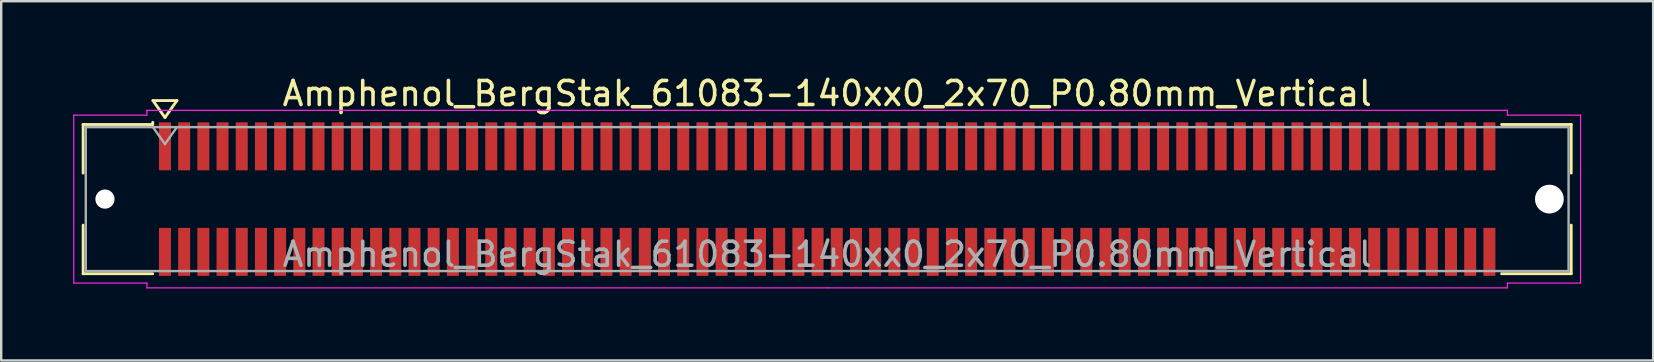
<source format=kicad_pcb>
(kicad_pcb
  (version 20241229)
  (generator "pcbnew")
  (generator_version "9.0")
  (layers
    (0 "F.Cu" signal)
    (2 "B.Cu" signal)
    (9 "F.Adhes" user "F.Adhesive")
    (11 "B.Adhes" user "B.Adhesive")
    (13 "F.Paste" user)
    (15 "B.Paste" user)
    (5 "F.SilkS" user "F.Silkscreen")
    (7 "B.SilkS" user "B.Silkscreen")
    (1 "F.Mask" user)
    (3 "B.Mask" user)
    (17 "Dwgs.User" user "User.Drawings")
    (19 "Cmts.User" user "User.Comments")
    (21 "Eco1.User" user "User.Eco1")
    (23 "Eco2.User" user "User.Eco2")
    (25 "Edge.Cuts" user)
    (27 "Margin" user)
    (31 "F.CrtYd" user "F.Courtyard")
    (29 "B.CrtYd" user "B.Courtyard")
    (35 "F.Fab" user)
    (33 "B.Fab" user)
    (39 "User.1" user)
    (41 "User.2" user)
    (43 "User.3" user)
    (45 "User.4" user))
  (footprint "Amphenol_BergStak_61083-140xx0_2x70_P0.80mm_Vertical"
    (layer "F.Cu")
    (at 31.425 5.248)
    (property "Reference" "Amphenol_BergStak_61083-140xx0_2x70_P0.80mm_Vertical" (at 0 -4.4 0) (layer "F.SilkS") (effects (font (size 1 1) (thickness 0.15))))
    (attr smd)
    (fp_line (start -31.01 -3.11) (end -28.11 -3.11) (stroke (width 0.12) (type solid)) (layer "F.SilkS"))
    (fp_line (start -31.01 -1.085) (end -31.01 -3.11) (stroke (width 0.12) (type solid)) (layer "F.SilkS"))
    (fp_line (start -31.01 1.085) (end -31.01 3.11) (stroke (width 0.12) (type solid)) (layer "F.SilkS"))
    (fp_line (start -31.01 3.11) (end -28.11 3.11) (stroke (width 0.12) (type solid)) (layer "F.SilkS"))
    (fp_line (start -28.11 -3.11) (end -28.11 -3.2) (stroke (width 0.12) (type solid)) (layer "F.SilkS"))
    (fp_line (start -28.1 -4.107) (end -27.6 -3.4) (stroke (width 0.12) (type solid)) (layer "F.SilkS"))
    (fp_line (start -27.6 -3.4) (end -27.1 -4.107) (stroke (width 0.12) (type solid)) (layer "F.SilkS"))
    (fp_line (start -27.1 -4.107) (end -28.1 -4.107) (stroke (width 0.12) (type solid)) (layer "F.SilkS"))
    (fp_line (start 31.01 -3.11) (end 28.11 -3.11) (stroke (width 0.12) (type solid)) (layer "F.SilkS"))
    (fp_line (start 31.01 -1.085) (end 31.01 -3.11) (stroke (width 0.12) (type solid)) (layer "F.SilkS"))
    (fp_line (start 31.01 1.085) (end 31.01 3.11) (stroke (width 0.12) (type solid)) (layer "F.SilkS"))
    (fp_line (start 31.01 3.11) (end 28.11 3.11) (stroke (width 0.12) (type solid)) (layer "F.SilkS"))
    (fp_line (start -31.4 -3.5) (end -31.4 3.5) (stroke (width 0.05) (type solid)) (layer "F.CrtYd"))
    (fp_line (start -31.4 3.5) (end -28.35 3.5) (stroke (width 0.05) (type solid)) (layer "F.CrtYd"))
    (fp_line (start -28.35 -3.7) (end -28.35 -3.5) (stroke (width 0.05) (type solid)) (layer "F.CrtYd"))
    (fp_line (start -28.35 -3.5) (end -31.4 -3.5) (stroke (width 0.05) (type solid)) (layer "F.CrtYd"))
    (fp_line (start -28.35 3.5) (end -28.35 3.7) (stroke (width 0.05) (type solid)) (layer "F.CrtYd"))
    (fp_line (start -28.35 3.7) (end 0 3.7) (stroke (width 0.05) (type solid)) (layer "F.CrtYd"))
    (fp_line (start 0 -3.7) (end -28.35 -3.7) (stroke (width 0.05) (type solid)) (layer "F.CrtYd"))
    (fp_line (start 0 -3.7) (end 28.35 -3.7) (stroke (width 0.05) (type solid)) (layer "F.CrtYd"))
    (fp_line (start 28.35 -3.7) (end 28.35 -3.5) (stroke (width 0.05) (type solid)) (layer "F.CrtYd"))
    (fp_line (start 28.35 -3.5) (end 31.4 -3.5) (stroke (width 0.05) (type solid)) (layer "F.CrtYd"))
    (fp_line (start 28.35 3.5) (end 28.35 3.7) (stroke (width 0.05) (type solid)) (layer "F.CrtYd"))
    (fp_line (start 28.35 3.7) (end 0 3.7) (stroke (width 0.05) (type solid)) (layer "F.CrtYd"))
    (fp_line (start 31.4 -3.5) (end 31.4 3.5) (stroke (width 0.05) (type solid)) (layer "F.CrtYd"))
    (fp_line (start 31.4 3.5) (end 28.35 3.5) (stroke (width 0.05) (type solid)) (layer "F.CrtYd"))
    (fp_line (start -30.9 -3) (end -30.9 3) (stroke (width 0.1) (type solid)) (layer "F.Fab"))
    (fp_line (start -30.9 3) (end 30.9 3) (stroke (width 0.1) (type solid)) (layer "F.Fab"))
    (fp_line (start -28.1 -3) (end -27.6 -2.293) (stroke (width 0.1) (type solid)) (layer "F.Fab"))
    (fp_line (start -27.6 -2.293) (end -27.1 -3) (stroke (width 0.1) (type solid)) (layer "F.Fab"))
    (fp_line (start 30.9 -3) (end -30.9 -3) (stroke (width 0.1) (type solid)) (layer "F.Fab"))
    (fp_line (start 30.9 3) (end 30.9 -3) (stroke (width 0.1) (type solid)) (layer "F.Fab"))
    (fp_text user "${REFERENCE}" (at 0 2.3 0) (layer "F.Fab") (effects (font (size 1 1) (thickness 0.15))))
    (pad "" np_thru_hole circle (at -30.1 0) (size 0.8 0.8) (drill 0.8) (layers "*.Cu" "*.Mask"))
    (pad "" np_thru_hole circle (at 30.1 0) (size 1.2 1.2) (drill 1.2) (layers "*.Cu" "*.Mask"))
    (pad "1" smd rect (at -27.6 -2.2) (size 0.5 2) (layers "F.Cu" "F.Mask" "F.Paste"))
    (pad "2" smd rect (at -27.6 2.2) (size 0.5 2) (layers "F.Cu" "F.Mask" "F.Paste"))
    (pad "3" smd rect (at -26.8 -2.2) (size 0.5 2) (layers "F.Cu" "F.Mask" "F.Paste"))
    (pad "4" smd rect (at -26.8 2.2) (size 0.5 2) (layers "F.Cu" "F.Mask" "F.Paste"))
    (pad "5" smd rect (at -26 -2.2) (size 0.5 2) (layers "F.Cu" "F.Mask" "F.Paste"))
    (pad "6" smd rect (at -26 2.2) (size 0.5 2) (layers "F.Cu" "F.Mask" "F.Paste"))
    (pad "7" smd rect (at -25.2 -2.2) (size 0.5 2) (layers "F.Cu" "F.Mask" "F.Paste"))
    (pad "8" smd rect (at -25.2 2.2) (size 0.5 2) (layers "F.Cu" "F.Mask" "F.Paste"))
    (pad "9" smd rect (at -24.4 -2.2) (size 0.5 2) (layers "F.Cu" "F.Mask" "F.Paste"))
    (pad "10" smd rect (at -24.4 2.2) (size 0.5 2) (layers "F.Cu" "F.Mask" "F.Paste"))
    (pad "11" smd rect (at -23.6 -2.2) (size 0.5 2) (layers "F.Cu" "F.Mask" "F.Paste"))
    (pad "12" smd rect (at -23.6 2.2) (size 0.5 2) (layers "F.Cu" "F.Mask" "F.Paste"))
    (pad "13" smd rect (at -22.8 -2.2) (size 0.5 2) (layers "F.Cu" "F.Mask" "F.Paste"))
    (pad "14" smd rect (at -22.8 2.2) (size 0.5 2) (layers "F.Cu" "F.Mask" "F.Paste"))
    (pad "15" smd rect (at -22 -2.2) (size 0.5 2) (layers "F.Cu" "F.Mask" "F.Paste"))
    (pad "16" smd rect (at -22 2.2) (size 0.5 2) (layers "F.Cu" "F.Mask" "F.Paste"))
    (pad "17" smd rect (at -21.2 -2.2) (size 0.5 2) (layers "F.Cu" "F.Mask" "F.Paste"))
    (pad "18" smd rect (at -21.2 2.2) (size 0.5 2) (layers "F.Cu" "F.Mask" "F.Paste"))
    (pad "19" smd rect (at -20.4 -2.2) (size 0.5 2) (layers "F.Cu" "F.Mask" "F.Paste"))
    (pad "20" smd rect (at -20.4 2.2) (size 0.5 2) (layers "F.Cu" "F.Mask" "F.Paste"))
    (pad "21" smd rect (at -19.6 -2.2) (size 0.5 2) (layers "F.Cu" "F.Mask" "F.Paste"))
    (pad "22" smd rect (at -19.6 2.2) (size 0.5 2) (layers "F.Cu" "F.Mask" "F.Paste"))
    (pad "23" smd rect (at -18.8 -2.2) (size 0.5 2) (layers "F.Cu" "F.Mask" "F.Paste"))
    (pad "24" smd rect (at -18.8 2.2) (size 0.5 2) (layers "F.Cu" "F.Mask" "F.Paste"))
    (pad "25" smd rect (at -18 -2.2) (size 0.5 2) (layers "F.Cu" "F.Mask" "F.Paste"))
    (pad "26" smd rect (at -18 2.2) (size 0.5 2) (layers "F.Cu" "F.Mask" "F.Paste"))
    (pad "27" smd rect (at -17.2 -2.2) (size 0.5 2) (layers "F.Cu" "F.Mask" "F.Paste"))
    (pad "28" smd rect (at -17.2 2.2) (size 0.5 2) (layers "F.Cu" "F.Mask" "F.Paste"))
    (pad "29" smd rect (at -16.4 -2.2) (size 0.5 2) (layers "F.Cu" "F.Mask" "F.Paste"))
    (pad "30" smd rect (at -16.4 2.2) (size 0.5 2) (layers "F.Cu" "F.Mask" "F.Paste"))
    (pad "31" smd rect (at -15.6 -2.2) (size 0.5 2) (layers "F.Cu" "F.Mask" "F.Paste"))
    (pad "32" smd rect (at -15.6 2.2) (size 0.5 2) (layers "F.Cu" "F.Mask" "F.Paste"))
    (pad "33" smd rect (at -14.8 -2.2) (size 0.5 2) (layers "F.Cu" "F.Mask" "F.Paste"))
    (pad "34" smd rect (at -14.8 2.2) (size 0.5 2) (layers "F.Cu" "F.Mask" "F.Paste"))
    (pad "35" smd rect (at -14 -2.2) (size 0.5 2) (layers "F.Cu" "F.Mask" "F.Paste"))
    (pad "36" smd rect (at -14 2.2) (size 0.5 2) (layers "F.Cu" "F.Mask" "F.Paste"))
    (pad "37" smd rect (at -13.2 -2.2) (size 0.5 2) (layers "F.Cu" "F.Mask" "F.Paste"))
    (pad "38" smd rect (at -13.2 2.2) (size 0.5 2) (layers "F.Cu" "F.Mask" "F.Paste"))
    (pad "39" smd rect (at -12.4 -2.2) (size 0.5 2) (layers "F.Cu" "F.Mask" "F.Paste"))
    (pad "40" smd rect (at -12.4 2.2) (size 0.5 2) (layers "F.Cu" "F.Mask" "F.Paste"))
    (pad "41" smd rect (at -11.6 -2.2) (size 0.5 2) (layers "F.Cu" "F.Mask" "F.Paste"))
    (pad "42" smd rect (at -11.6 2.2) (size 0.5 2) (layers "F.Cu" "F.Mask" "F.Paste"))
    (pad "43" smd rect (at -10.8 -2.2) (size 0.5 2) (layers "F.Cu" "F.Mask" "F.Paste"))
    (pad "44" smd rect (at -10.8 2.2) (size 0.5 2) (layers "F.Cu" "F.Mask" "F.Paste"))
    (pad "45" smd rect (at -10 -2.2) (size 0.5 2) (layers "F.Cu" "F.Mask" "F.Paste"))
    (pad "46" smd rect (at -10 2.2) (size 0.5 2) (layers "F.Cu" "F.Mask" "F.Paste"))
    (pad "47" smd rect (at -9.2 -2.2) (size 0.5 2) (layers "F.Cu" "F.Mask" "F.Paste"))
    (pad "48" smd rect (at -9.2 2.2) (size 0.5 2) (layers "F.Cu" "F.Mask" "F.Paste"))
    (pad "49" smd rect (at -8.4 -2.2) (size 0.5 2) (layers "F.Cu" "F.Mask" "F.Paste"))
    (pad "50" smd rect (at -8.4 2.2) (size 0.5 2) (layers "F.Cu" "F.Mask" "F.Paste"))
    (pad "51" smd rect (at -7.6 -2.2) (size 0.5 2) (layers "F.Cu" "F.Mask" "F.Paste"))
    (pad "52" smd rect (at -7.6 2.2) (size 0.5 2) (layers "F.Cu" "F.Mask" "F.Paste"))
    (pad "53" smd rect (at -6.8 -2.2) (size 0.5 2) (layers "F.Cu" "F.Mask" "F.Paste"))
    (pad "54" smd rect (at -6.8 2.2) (size 0.5 2) (layers "F.Cu" "F.Mask" "F.Paste"))
    (pad "55" smd rect (at -6 -2.2) (size 0.5 2) (layers "F.Cu" "F.Mask" "F.Paste"))
    (pad "56" smd rect (at -6 2.2) (size 0.5 2) (layers "F.Cu" "F.Mask" "F.Paste"))
    (pad "57" smd rect (at -5.2 -2.2) (size 0.5 2) (layers "F.Cu" "F.Mask" "F.Paste"))
    (pad "58" smd rect (at -5.2 2.2) (size 0.5 2) (layers "F.Cu" "F.Mask" "F.Paste"))
    (pad "59" smd rect (at -4.4 -2.2) (size 0.5 2) (layers "F.Cu" "F.Mask" "F.Paste"))
    (pad "60" smd rect (at -4.4 2.2) (size 0.5 2) (layers "F.Cu" "F.Mask" "F.Paste"))
    (pad "61" smd rect (at -3.6 -2.2) (size 0.5 2) (layers "F.Cu" "F.Mask" "F.Paste"))
    (pad "62" smd rect (at -3.6 2.2) (size 0.5 2) (layers "F.Cu" "F.Mask" "F.Paste"))
    (pad "63" smd rect (at -2.8 -2.2) (size 0.5 2) (layers "F.Cu" "F.Mask" "F.Paste"))
    (pad "64" smd rect (at -2.8 2.2) (size 0.5 2) (layers "F.Cu" "F.Mask" "F.Paste"))
    (pad "65" smd rect (at -2 -2.2) (size 0.5 2) (layers "F.Cu" "F.Mask" "F.Paste"))
    (pad "66" smd rect (at -2 2.2) (size 0.5 2) (layers "F.Cu" "F.Mask" "F.Paste"))
    (pad "67" smd rect (at -1.2 -2.2) (size 0.5 2) (layers "F.Cu" "F.Mask" "F.Paste"))
    (pad "68" smd rect (at -1.2 2.2) (size 0.5 2) (layers "F.Cu" "F.Mask" "F.Paste"))
    (pad "69" smd rect (at -0.4 -2.2) (size 0.5 2) (layers "F.Cu" "F.Mask" "F.Paste"))
    (pad "70" smd rect (at -0.4 2.2) (size 0.5 2) (layers "F.Cu" "F.Mask" "F.Paste"))
    (pad "71" smd rect (at 0.4 -2.2) (size 0.5 2) (layers "F.Cu" "F.Mask" "F.Paste"))
    (pad "72" smd rect (at 0.4 2.2) (size 0.5 2) (layers "F.Cu" "F.Mask" "F.Paste"))
    (pad "73" smd rect (at 1.2 -2.2) (size 0.5 2) (layers "F.Cu" "F.Mask" "F.Paste"))
    (pad "74" smd rect (at 1.2 2.2) (size 0.5 2) (layers "F.Cu" "F.Mask" "F.Paste"))
    (pad "75" smd rect (at 2 -2.2) (size 0.5 2) (layers "F.Cu" "F.Mask" "F.Paste"))
    (pad "76" smd rect (at 2 2.2) (size 0.5 2) (layers "F.Cu" "F.Mask" "F.Paste"))
    (pad "77" smd rect (at 2.8 -2.2) (size 0.5 2) (layers "F.Cu" "F.Mask" "F.Paste"))
    (pad "78" smd rect (at 2.8 2.2) (size 0.5 2) (layers "F.Cu" "F.Mask" "F.Paste"))
    (pad "79" smd rect (at 3.6 -2.2) (size 0.5 2) (layers "F.Cu" "F.Mask" "F.Paste"))
    (pad "80" smd rect (at 3.6 2.2) (size 0.5 2) (layers "F.Cu" "F.Mask" "F.Paste"))
    (pad "81" smd rect (at 4.4 -2.2) (size 0.5 2) (layers "F.Cu" "F.Mask" "F.Paste"))
    (pad "82" smd rect (at 4.4 2.2) (size 0.5 2) (layers "F.Cu" "F.Mask" "F.Paste"))
    (pad "83" smd rect (at 5.2 -2.2) (size 0.5 2) (layers "F.Cu" "F.Mask" "F.Paste"))
    (pad "84" smd rect (at 5.2 2.2) (size 0.5 2) (layers "F.Cu" "F.Mask" "F.Paste"))
    (pad "85" smd rect (at 6 -2.2) (size 0.5 2) (layers "F.Cu" "F.Mask" "F.Paste"))
    (pad "86" smd rect (at 6 2.2) (size 0.5 2) (layers "F.Cu" "F.Mask" "F.Paste"))
    (pad "87" smd rect (at 6.8 -2.2) (size 0.5 2) (layers "F.Cu" "F.Mask" "F.Paste"))
    (pad "88" smd rect (at 6.8 2.2) (size 0.5 2) (layers "F.Cu" "F.Mask" "F.Paste"))
    (pad "89" smd rect (at 7.6 -2.2) (size 0.5 2) (layers "F.Cu" "F.Mask" "F.Paste"))
    (pad "90" smd rect (at 7.6 2.2) (size 0.5 2) (layers "F.Cu" "F.Mask" "F.Paste"))
    (pad "91" smd rect (at 8.4 -2.2) (size 0.5 2) (layers "F.Cu" "F.Mask" "F.Paste"))
    (pad "92" smd rect (at 8.4 2.2) (size 0.5 2) (layers "F.Cu" "F.Mask" "F.Paste"))
    (pad "93" smd rect (at 9.2 -2.2) (size 0.5 2) (layers "F.Cu" "F.Mask" "F.Paste"))
    (pad "94" smd rect (at 9.2 2.2) (size 0.5 2) (layers "F.Cu" "F.Mask" "F.Paste"))
    (pad "95" smd rect (at 10 -2.2) (size 0.5 2) (layers "F.Cu" "F.Mask" "F.Paste"))
    (pad "96" smd rect (at 10 2.2) (size 0.5 2) (layers "F.Cu" "F.Mask" "F.Paste"))
    (pad "97" smd rect (at 10.8 -2.2) (size 0.5 2) (layers "F.Cu" "F.Mask" "F.Paste"))
    (pad "98" smd rect (at 10.8 2.2) (size 0.5 2) (layers "F.Cu" "F.Mask" "F.Paste"))
    (pad "99" smd rect (at 11.6 -2.2) (size 0.5 2) (layers "F.Cu" "F.Mask" "F.Paste"))
    (pad "100" smd rect (at 11.6 2.2) (size 0.5 2) (layers "F.Cu" "F.Mask" "F.Paste"))
    (pad "101" smd rect (at 12.4 -2.2) (size 0.5 2) (layers "F.Cu" "F.Mask" "F.Paste"))
    (pad "102" smd rect (at 12.4 2.2) (size 0.5 2) (layers "F.Cu" "F.Mask" "F.Paste"))
    (pad "103" smd rect (at 13.2 -2.2) (size 0.5 2) (layers "F.Cu" "F.Mask" "F.Paste"))
    (pad "104" smd rect (at 13.2 2.2) (size 0.5 2) (layers "F.Cu" "F.Mask" "F.Paste"))
    (pad "105" smd rect (at 14 -2.2) (size 0.5 2) (layers "F.Cu" "F.Mask" "F.Paste"))
    (pad "106" smd rect (at 14 2.2) (size 0.5 2) (layers "F.Cu" "F.Mask" "F.Paste"))
    (pad "107" smd rect (at 14.8 -2.2) (size 0.5 2) (layers "F.Cu" "F.Mask" "F.Paste"))
    (pad "108" smd rect (at 14.8 2.2) (size 0.5 2) (layers "F.Cu" "F.Mask" "F.Paste"))
    (pad "109" smd rect (at 15.6 -2.2) (size 0.5 2) (layers "F.Cu" "F.Mask" "F.Paste"))
    (pad "110" smd rect (at 15.6 2.2) (size 0.5 2) (layers "F.Cu" "F.Mask" "F.Paste"))
    (pad "111" smd rect (at 16.4 -2.2) (size 0.5 2) (layers "F.Cu" "F.Mask" "F.Paste"))
    (pad "112" smd rect (at 16.4 2.2) (size 0.5 2) (layers "F.Cu" "F.Mask" "F.Paste"))
    (pad "113" smd rect (at 17.2 -2.2) (size 0.5 2) (layers "F.Cu" "F.Mask" "F.Paste"))
    (pad "114" smd rect (at 17.2 2.2) (size 0.5 2) (layers "F.Cu" "F.Mask" "F.Paste"))
    (pad "115" smd rect (at 18 -2.2) (size 0.5 2) (layers "F.Cu" "F.Mask" "F.Paste"))
    (pad "116" smd rect (at 18 2.2) (size 0.5 2) (layers "F.Cu" "F.Mask" "F.Paste"))
    (pad "117" smd rect (at 18.8 -2.2) (size 0.5 2) (layers "F.Cu" "F.Mask" "F.Paste"))
    (pad "118" smd rect (at 18.8 2.2) (size 0.5 2) (layers "F.Cu" "F.Mask" "F.Paste"))
    (pad "119" smd rect (at 19.6 -2.2) (size 0.5 2) (layers "F.Cu" "F.Mask" "F.Paste"))
    (pad "120" smd rect (at 19.6 2.2) (size 0.5 2) (layers "F.Cu" "F.Mask" "F.Paste"))
    (pad "121" smd rect (at 20.4 -2.2) (size 0.5 2) (layers "F.Cu" "F.Mask" "F.Paste"))
    (pad "122" smd rect (at 20.4 2.2) (size 0.5 2) (layers "F.Cu" "F.Mask" "F.Paste"))
    (pad "123" smd rect (at 21.2 -2.2) (size 0.5 2) (layers "F.Cu" "F.Mask" "F.Paste"))
    (pad "124" smd rect (at 21.2 2.2) (size 0.5 2) (layers "F.Cu" "F.Mask" "F.Paste"))
    (pad "125" smd rect (at 22 -2.2) (size 0.5 2) (layers "F.Cu" "F.Mask" "F.Paste"))
    (pad "126" smd rect (at 22 2.2) (size 0.5 2) (layers "F.Cu" "F.Mask" "F.Paste"))
    (pad "127" smd rect (at 22.8 -2.2) (size 0.5 2) (layers "F.Cu" "F.Mask" "F.Paste"))
    (pad "128" smd rect (at 22.8 2.2) (size 0.5 2) (layers "F.Cu" "F.Mask" "F.Paste"))
    (pad "129" smd rect (at 23.6 -2.2) (size 0.5 2) (layers "F.Cu" "F.Mask" "F.Paste"))
    (pad "130" smd rect (at 23.6 2.2) (size 0.5 2) (layers "F.Cu" "F.Mask" "F.Paste"))
    (pad "131" smd rect (at 24.4 -2.2) (size 0.5 2) (layers "F.Cu" "F.Mask" "F.Paste"))
    (pad "132" smd rect (at 24.4 2.2) (size 0.5 2) (layers "F.Cu" "F.Mask" "F.Paste"))
    (pad "133" smd rect (at 25.2 -2.2) (size 0.5 2) (layers "F.Cu" "F.Mask" "F.Paste"))
    (pad "134" smd rect (at 25.2 2.2) (size 0.5 2) (layers "F.Cu" "F.Mask" "F.Paste"))
    (pad "135" smd rect (at 26 -2.2) (size 0.5 2) (layers "F.Cu" "F.Mask" "F.Paste"))
    (pad "136" smd rect (at 26 2.2) (size 0.5 2) (layers "F.Cu" "F.Mask" "F.Paste"))
    (pad "137" smd rect (at 26.8 -2.2) (size 0.5 2) (layers "F.Cu" "F.Mask" "F.Paste"))
    (pad "138" smd rect (at 26.8 2.2) (size 0.5 2) (layers "F.Cu" "F.Mask" "F.Paste"))
    (pad "139" smd rect (at 27.6 -2.2) (size 0.5 2) (layers "F.Cu" "F.Mask" "F.Paste"))
    (pad "140" smd rect (at 27.6 2.2) (size 0.5 2) (layers "F.Cu" "F.Mask" "F.Paste")))
  (gr_rect
    (start -3 -3)
    (end 65.85 11.973)
    (stroke (width 0.1) (type default))
    (fill no)
    (layer "Edge.Cuts")))
</source>
